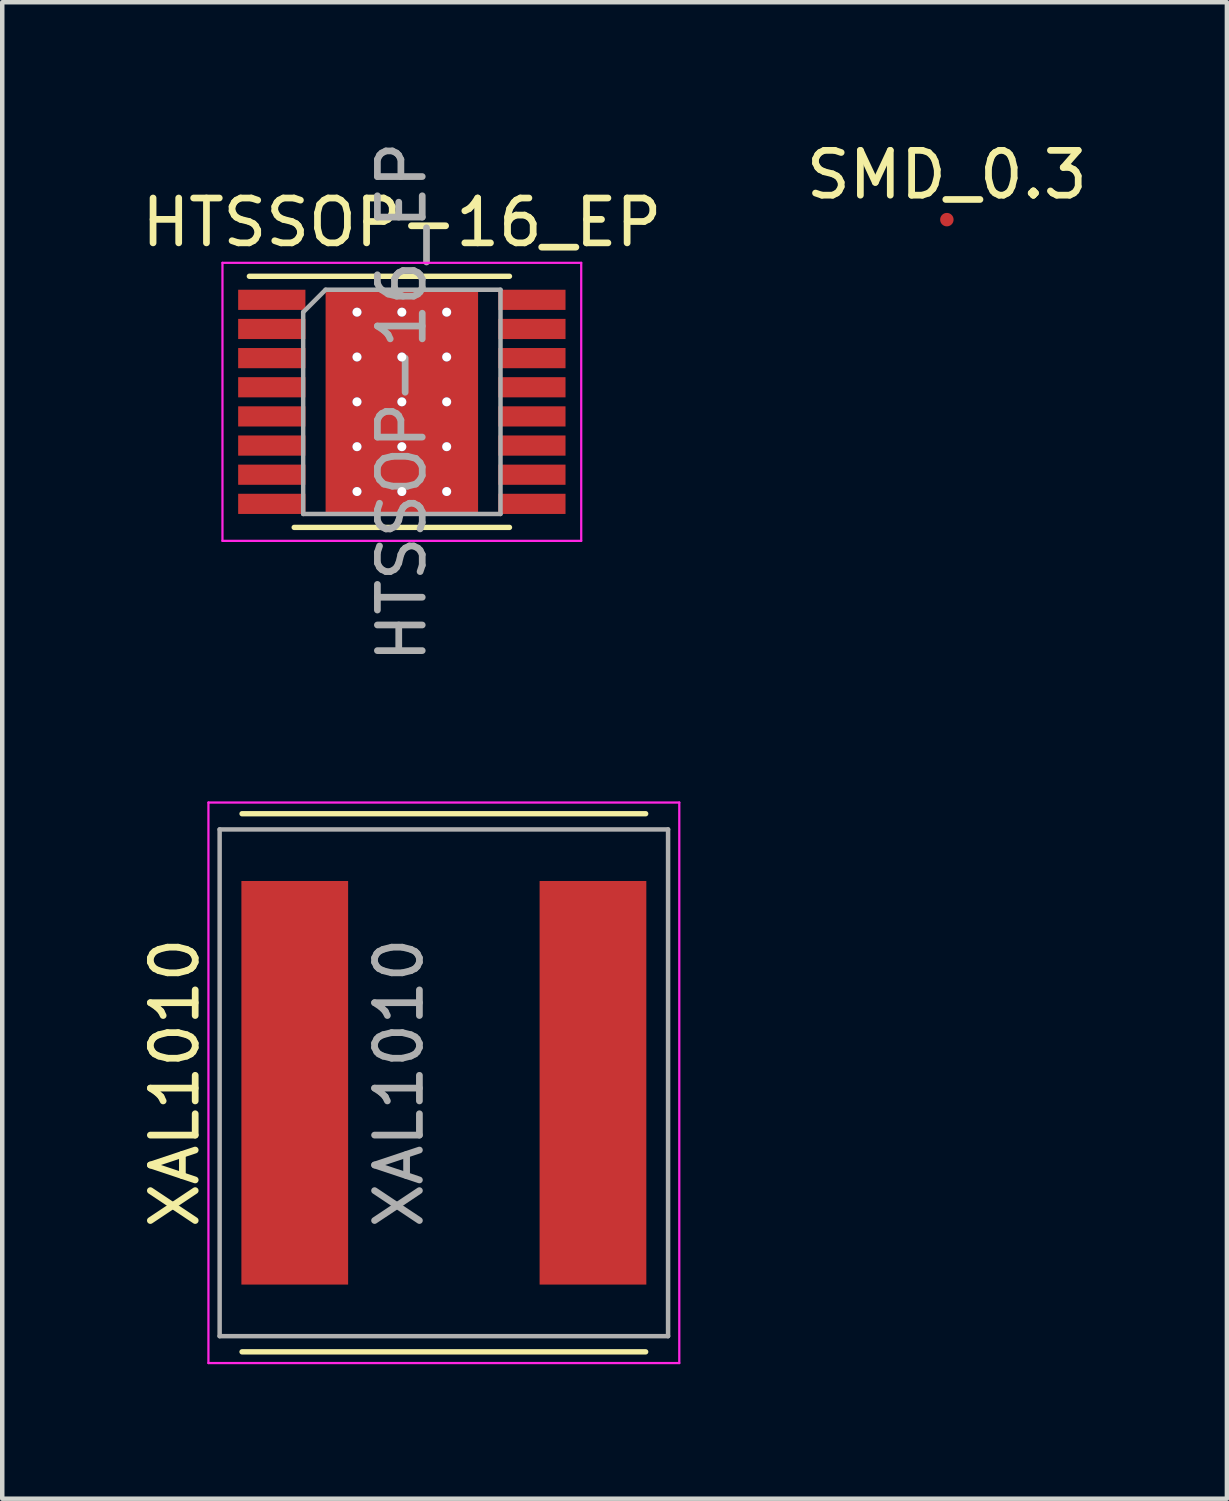
<source format=kicad_pcb>
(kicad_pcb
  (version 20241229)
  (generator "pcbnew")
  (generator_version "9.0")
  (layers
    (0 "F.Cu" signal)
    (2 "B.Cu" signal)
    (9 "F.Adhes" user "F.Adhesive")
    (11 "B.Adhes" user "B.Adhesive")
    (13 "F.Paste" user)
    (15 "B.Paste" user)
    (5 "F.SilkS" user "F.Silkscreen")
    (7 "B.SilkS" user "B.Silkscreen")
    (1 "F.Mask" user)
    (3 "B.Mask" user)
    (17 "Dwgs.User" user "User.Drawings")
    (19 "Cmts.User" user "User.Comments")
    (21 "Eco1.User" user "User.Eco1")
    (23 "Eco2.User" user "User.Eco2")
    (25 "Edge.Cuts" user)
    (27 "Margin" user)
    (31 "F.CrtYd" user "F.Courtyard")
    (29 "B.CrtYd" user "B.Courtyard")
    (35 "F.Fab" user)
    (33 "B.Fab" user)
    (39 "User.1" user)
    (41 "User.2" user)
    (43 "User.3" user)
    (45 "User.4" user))
  (footprint "XAL1010"
    (layer "F.Cu")
    (at 6.848 21.096)
    (property "Reference" "XAL1010" (at -6 0 90) (layer "F.SilkS") (effects (font (size 1 1) (thickness 0.15))))
    (attr smd)
    (fp_line (start -4.5 -6) (end 4.5 -6) (stroke (width 0.12) (type solid)) (layer "F.SilkS"))
    (fp_line (start -4.5 6) (end 4.5 6) (stroke (width 0.12) (type solid)) (layer "F.SilkS"))
    (fp_line (start -5.25 -6.25) (end 5.25 -6.25) (stroke (width 0.05) (type solid)) (layer "F.CrtYd"))
    (fp_line (start -5.25 6.25) (end -5.25 -6.25) (stroke (width 0.05) (type solid)) (layer "F.CrtYd"))
    (fp_line (start 5.25 -6.25) (end 5.25 6.25) (stroke (width 0.05) (type solid)) (layer "F.CrtYd"))
    (fp_line (start 5.25 6.25) (end -5.25 6.25) (stroke (width 0.05) (type solid)) (layer "F.CrtYd"))
    (fp_line (start -5 -5.65) (end 5 -5.65) (stroke (width 0.1) (type solid)) (layer "F.Fab"))
    (fp_line (start -5 5.65) (end -5 -5.65) (stroke (width 0.1) (type solid)) (layer "F.Fab"))
    (fp_line (start 5 -5.65) (end 5 5.65) (stroke (width 0.1) (type solid)) (layer "F.Fab"))
    (fp_line (start 5 5.65) (end -5 5.65) (stroke (width 0.1) (type solid)) (layer "F.Fab"))
    (fp_text user "${REFERENCE}" (at -1 0 90) (layer "F.Fab") (effects (font (size 1 1) (thickness 0.15))))
    (pad "1" smd rect (at -3.325 0) (size 2.38 9) (layers "F.Cu" "F.Mask" "F.Paste"))
    (pad "2" smd rect (at 3.325 0) (size 2.38 9) (layers "F.Cu" "F.Mask" "F.Paste")))
  (footprint "SMD_0.3"
    (layer "F.Cu")
    (at 18.065 1.848)
    (property "Reference" "SMD_0.3" (at 0 -1 0) (layer "F.SilkS") (effects (font (size 1 1) (thickness 0.15))))
    (attr exclude_from_pos_files exclude_from_bom)
    (pad "1" smd circle (at 0 0) (size 0.3 0.3) (layers "F.Cu")))
  (footprint "HTSSOP-16_EP"
    (layer "F.Cu")
    (at 5.911 5.911)
    (property "Reference" "HTSSOP-16_EP" (at 0 -4 0) (layer "F.SilkS") (effects (font (size 1 1) (thickness 0.15))))
    (attr smd)
    (fp_line (start 2.4 -2.8) (end -3.4 -2.8) (stroke (width 0.12) (type solid)) (layer "F.SilkS"))
    (fp_line (start 2.4 2.8) (end -2.4 2.8) (stroke (width 0.12) (type solid)) (layer "F.SilkS"))
    (fp_line (start -4 -3.1) (end -4 3.1) (stroke (width 0.05) (type solid)) (layer "F.CrtYd"))
    (fp_line (start -4 -3.1) (end 4 -3.1) (stroke (width 0.05) (type solid)) (layer "F.CrtYd"))
    (fp_line (start -4 3.1) (end 4 3.1) (stroke (width 0.05) (type solid)) (layer "F.CrtYd"))
    (fp_line (start 4 -3.1) (end 4 3.1) (stroke (width 0.05) (type solid)) (layer "F.CrtYd"))
    (fp_line (start -2.2 -2) (end -1.7 -2.5) (stroke (width 0.1) (type solid)) (layer "F.Fab"))
    (fp_line (start -2.2 2.5) (end -2.2 -2) (stroke (width 0.1) (type solid)) (layer "F.Fab"))
    (fp_line (start -2.2 2.5) (end 2.2 2.5) (stroke (width 0.1) (type solid)) (layer "F.Fab"))
    (fp_line (start -1.7 -2.5) (end 2.2 -2.5) (stroke (width 0.1) (type solid)) (layer "F.Fab"))
    (fp_line (start 2.2 2.5) (end 2.2 -2.5) (stroke (width 0.1) (type solid)) (layer "F.Fab"))
    (fp_text user "${REFERENCE}" (at 0 0 90) (layer "F.Fab") (effects (font (size 1 1) (thickness 0.15))))
    (pad "" smd rect (at 0 0) (size 3.3 3.3) (layers "F.Mask" "F.Paste"))
    (pad "1" smd rect (at -2.9 -2.275) (size 1.5 0.45) (layers "F.Cu" "F.Mask" "F.Paste"))
    (pad "2" smd rect (at -2.9 -1.625) (size 1.5 0.45) (layers "F.Cu" "F.Mask" "F.Paste"))
    (pad "3" smd rect (at -2.9 -0.975) (size 1.5 0.45) (layers "F.Cu" "F.Mask" "F.Paste"))
    (pad "4" smd rect (at -2.9 -0.325) (size 1.5 0.45) (layers "F.Cu" "F.Mask" "F.Paste"))
    (pad "5" smd rect (at -2.9 0.325) (size 1.5 0.45) (layers "F.Cu" "F.Mask" "F.Paste"))
    (pad "6" smd rect (at -2.9 0.975) (size 1.5 0.45) (layers "F.Cu" "F.Mask" "F.Paste"))
    (pad "7" smd rect (at -2.9 1.625) (size 1.5 0.45) (layers "F.Cu" "F.Mask" "F.Paste"))
    (pad "8" smd rect (at -2.9 2.275) (size 1.5 0.45) (layers "F.Cu" "F.Mask" "F.Paste"))
    (pad "9" smd rect (at 2.9 2.275) (size 1.5 0.45) (layers "F.Cu" "F.Mask" "F.Paste"))
    (pad "10" smd rect (at 2.9 1.625) (size 1.5 0.45) (layers "F.Cu" "F.Mask" "F.Paste"))
    (pad "11" smd rect (at 2.9 0.975) (size 1.5 0.45) (layers "F.Cu" "F.Mask" "F.Paste"))
    (pad "12" smd rect (at 2.9 0.325) (size 1.5 0.45) (layers "F.Cu" "F.Mask" "F.Paste"))
    (pad "13" smd rect (at 2.9 -0.325) (size 1.5 0.45) (layers "F.Cu" "F.Mask" "F.Paste"))
    (pad "14" smd rect (at 2.9 -0.975) (size 1.5 0.45) (layers "F.Cu" "F.Mask" "F.Paste"))
    (pad "15" smd rect (at 2.9 -1.625) (size 1.5 0.45) (layers "F.Cu" "F.Mask" "F.Paste"))
    (pad "16" smd rect (at 2.9 -2.275) (size 1.5 0.45) (layers "F.Cu" "F.Mask" "F.Paste"))
    (pad "17" thru_hole circle (at -1 -2) (size 0.2 0.2) (drill 0.2) (layers "*.Cu"))
    (pad "17" thru_hole circle (at -1 -1) (size 0.2 0.2) (drill 0.2) (layers "*.Cu"))
    (pad "17" thru_hole circle (at -1 0) (size 0.2 0.2) (drill 0.2) (layers "*.Cu"))
    (pad "17" thru_hole circle (at -1 1) (size 0.2 0.2) (drill 0.2) (layers "*.Cu"))
    (pad "17" thru_hole circle (at -1 2) (size 0.2 0.2) (drill 0.2) (layers "*.Cu"))
    (pad "17" thru_hole circle (at 0 -2) (size 0.2 0.2) (drill 0.2) (layers "*.Cu"))
    (pad "17" thru_hole circle (at 0 -1) (size 0.2 0.2) (drill 0.2) (layers "*.Cu"))
    (pad "17" thru_hole circle (at 0 0) (size 0.2 0.2) (drill 0.2) (layers "*.Cu"))
    (pad "17" smd rect (at 0 0) (size 3.4 5) (layers "F.Cu"))
    (pad "17" thru_hole circle (at 0 1) (size 0.2 0.2) (drill 0.2) (layers "*.Cu"))
    (pad "17" thru_hole circle (at 0 2) (size 0.2 0.2) (drill 0.2) (layers "*.Cu"))
    (pad "17" thru_hole circle (at 1 -2) (size 0.2 0.2) (drill 0.2) (layers "*.Cu"))
    (pad "17" thru_hole circle (at 1 -1) (size 0.2 0.2) (drill 0.2) (layers "*.Cu"))
    (pad "17" thru_hole circle (at 1 0) (size 0.2 0.2) (drill 0.2) (layers "*.Cu"))
    (pad "17" thru_hole circle (at 1 1) (size 0.2 0.2) (drill 0.2) (layers "*.Cu"))
    (pad "17" thru_hole circle (at 1 2) (size 0.2 0.2) (drill 0.2) (layers "*.Cu")))
  (gr_rect
    (start -3 -3)
    (end 24.31 30.371)
    (stroke (width 0.1) (type default))
    (fill no)
    (layer "Edge.Cuts")))
</source>
